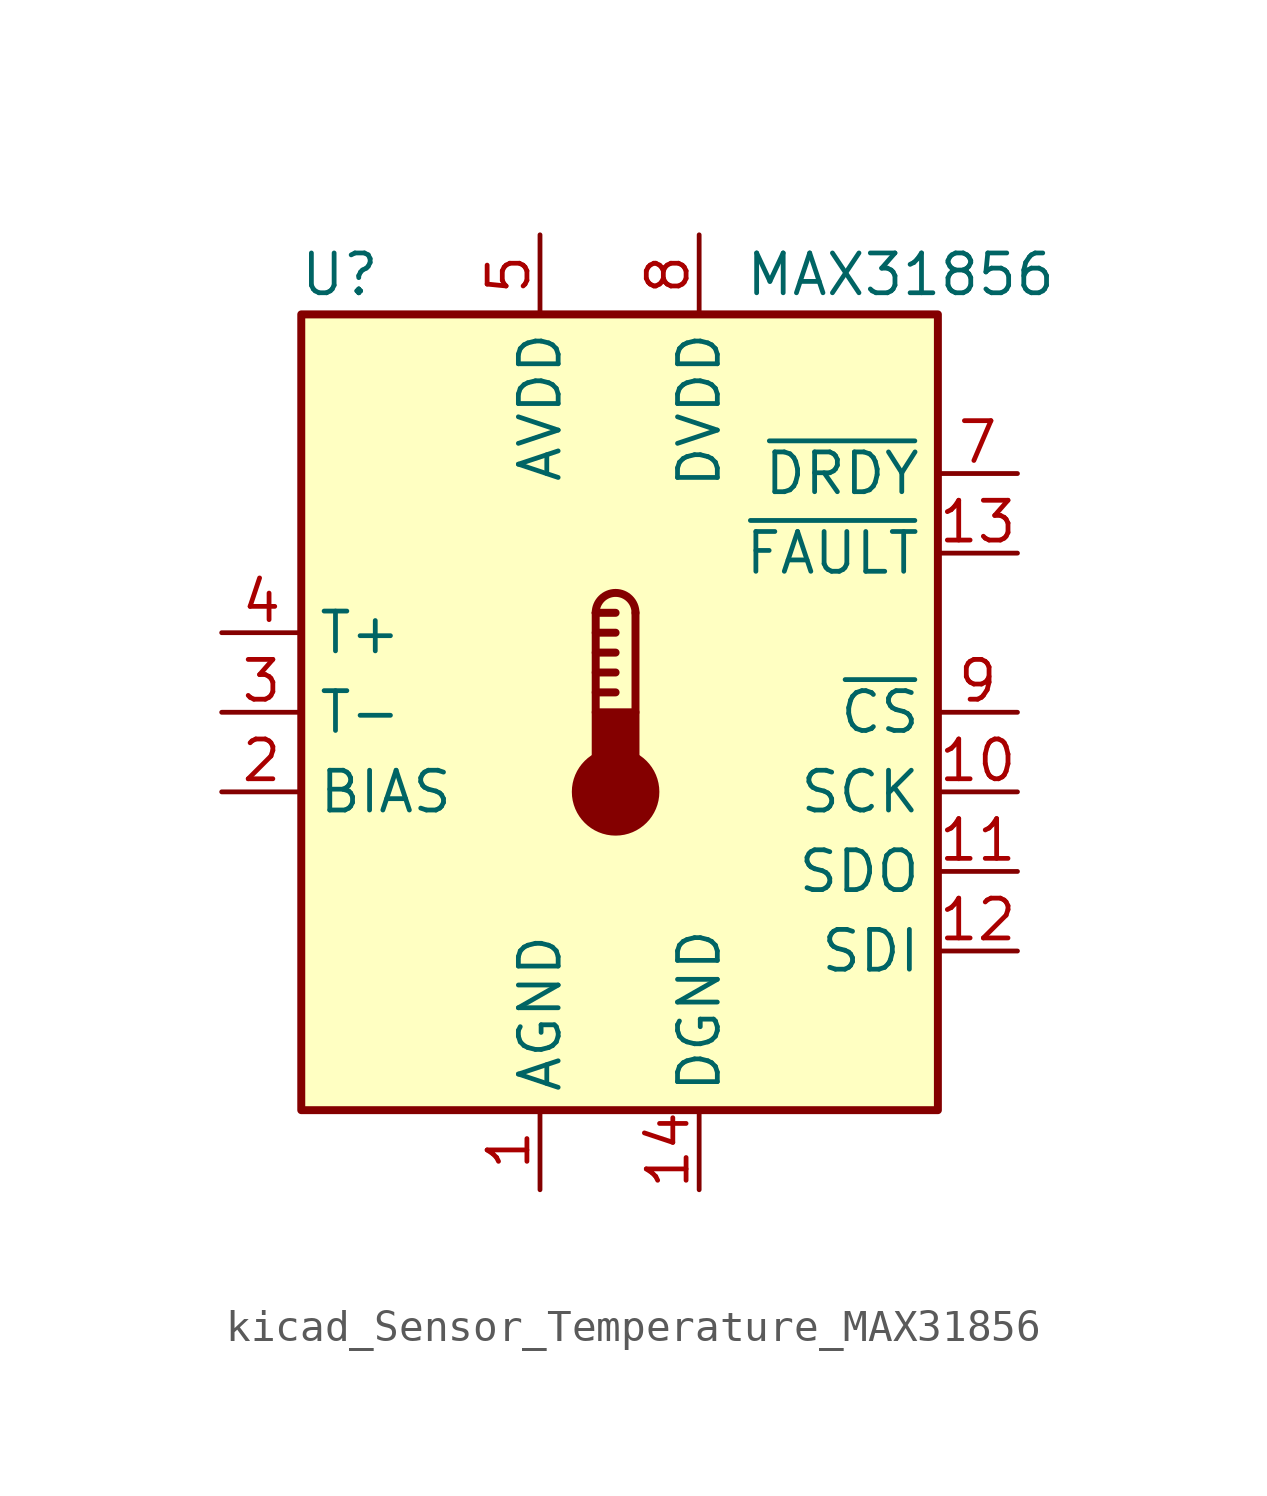
<source format=kicad_sym>
(kicad_symbol_lib
  (version 20220914)
  (generator kicad_symbol_editor)
  (symbol "kicad_Sensor_Temperature_MAX31856"
    (property "Reference" "U"
      (at -7.62 13.97 0)
      (effects (font (size 1.27 1.27)) (justify right)))
    (property "Value" "MAX31856"
      (at 13.97 13.97 0)
      (effects (font (size 1.27 1.27)) (justify right)))
    (symbol "kicad_Sensor_Temperature_MAX31856_0_1"
      (rectangle (start -10.16 12.7) (end 10.16 -12.7) (stroke (width 0.254) (type default)) (fill (type background)))
      (circle (center -0.127 -2.54) (radius 1.27) (stroke (width 0.254) (type default)) (fill (type outline)))
      (polyline (pts (xy -0.762 0.635) (xy -0.127 0.635)) (stroke (width 0.254) (type default)) (fill (type none)))
      (polyline (pts (xy -0.762 1.27) (xy -0.127 1.27)) (stroke (width 0.254) (type default)) (fill (type none)))
      (polyline (pts (xy -0.762 1.905) (xy -0.127 1.905)) (stroke (width 0.254) (type default)) (fill (type none)))
      (polyline (pts (xy -0.762 2.54) (xy -0.127 2.54)) (stroke (width 0.254) (type default)) (fill (type none)))
      (polyline (pts (xy -0.762 3.175) (xy -0.762 0)) (stroke (width 0.254) (type default)) (fill (type none)))
      (polyline (pts (xy -0.762 3.175) (xy -0.127 3.175)) (stroke (width 0.254) (type default)) (fill (type none)))
      (polyline (pts (xy 0.508 3.175) (xy 0.508 0)) (stroke (width 0.254) (type default)) (fill (type none)))
      (rectangle (start 0.508 -1.905) (end -0.762 0) (stroke (width 0.254) (type default)) (fill (type outline)))
      (arc (start 0.508 3.175) (mid -0.127 3.8073) (end -0.762 3.175) (stroke (width 0.254) (type default)) (fill (type none))))
    (symbol "kicad_Sensor_Temperature_MAX31856_1_1"
      (pin power_in line (at -2.54 -15.24 90) (length 2.54) (name "AGND" (effects (font (size 1.27 1.27)))) (number "1" (effects (font (size 1.27 1.27)))))
      (pin input line (at 12.7 -2.54 180) (length 2.54) (name "SCK" (effects (font (size 1.27 1.27)))) (number "10" (effects (font (size 1.27 1.27)))))
      (pin output line (at 12.7 -5.08 180) (length 2.54) (name "SDO" (effects (font (size 1.27 1.27)))) (number "11" (effects (font (size 1.27 1.27)))))
      (pin input line (at 12.7 -7.62 180) (length 2.54) (name "SDI" (effects (font (size 1.27 1.27)))) (number "12" (effects (font (size 1.27 1.27)))))
      (pin output line (at 12.7 5.08 180) (length 2.54) (name "~{FAULT}" (effects (font (size 1.27 1.27)))) (number "13" (effects (font (size 1.27 1.27)))))
      (pin power_in line (at 2.54 -15.24 90) (length 2.54) (name "DGND" (effects (font (size 1.27 1.27)))) (number "14" (effects (font (size 1.27 1.27)))))
      (pin input line (at -12.7 -2.54 0) (length 2.54) (name "BIAS" (effects (font (size 1.27 1.27)))) (number "2" (effects (font (size 1.27 1.27)))))
      (pin input line (at -12.7 0 0) (length 2.54) (name "T-" (effects (font (size 1.27 1.27)))) (number "3" (effects (font (size 1.27 1.27)))))
      (pin input line (at -12.7 2.54 0) (length 2.54) (name "T+" (effects (font (size 1.27 1.27)))) (number "4" (effects (font (size 1.27 1.27)))))
      (pin power_in line (at -2.54 15.24 270) (length 2.54) (name "AVDD" (effects (font (size 1.27 1.27)))) (number "5" (effects (font (size 1.27 1.27)))))
      (pin no_connect line (at -10.16 -7.62 0) (length 2.54) hide (name "DNC" (effects (font (size 1.27 1.27)))) (number "6" (effects (font (size 1.27 1.27)))))
      (pin output line (at 12.7 7.62 180) (length 2.54) (name "~{DRDY}" (effects (font (size 1.27 1.27)))) (number "7" (effects (font (size 1.27 1.27)))))
      (pin power_in line (at 2.54 15.24 270) (length 2.54) (name "DVDD" (effects (font (size 1.27 1.27)))) (number "8" (effects (font (size 1.27 1.27)))))
      (pin input line (at 12.7 0 180) (length 2.54) (name "~{CS}" (effects (font (size 1.27 1.27)))) (number "9" (effects (font (size 1.27 1.27))))))))
</source>
